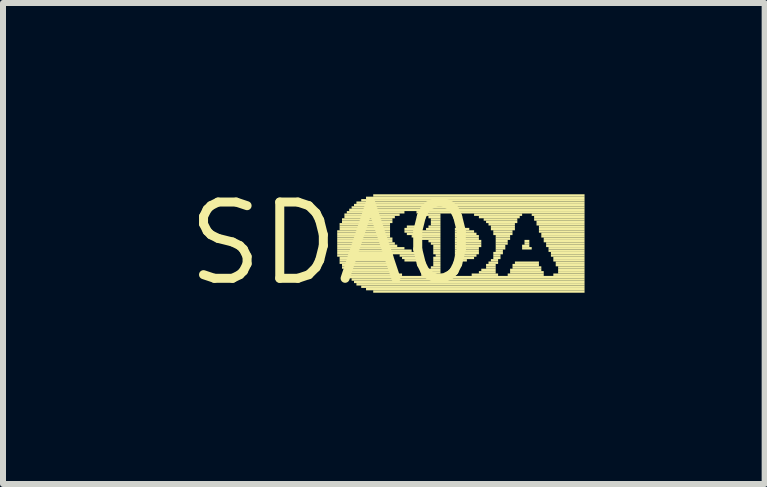
<source format=kicad_pcb>
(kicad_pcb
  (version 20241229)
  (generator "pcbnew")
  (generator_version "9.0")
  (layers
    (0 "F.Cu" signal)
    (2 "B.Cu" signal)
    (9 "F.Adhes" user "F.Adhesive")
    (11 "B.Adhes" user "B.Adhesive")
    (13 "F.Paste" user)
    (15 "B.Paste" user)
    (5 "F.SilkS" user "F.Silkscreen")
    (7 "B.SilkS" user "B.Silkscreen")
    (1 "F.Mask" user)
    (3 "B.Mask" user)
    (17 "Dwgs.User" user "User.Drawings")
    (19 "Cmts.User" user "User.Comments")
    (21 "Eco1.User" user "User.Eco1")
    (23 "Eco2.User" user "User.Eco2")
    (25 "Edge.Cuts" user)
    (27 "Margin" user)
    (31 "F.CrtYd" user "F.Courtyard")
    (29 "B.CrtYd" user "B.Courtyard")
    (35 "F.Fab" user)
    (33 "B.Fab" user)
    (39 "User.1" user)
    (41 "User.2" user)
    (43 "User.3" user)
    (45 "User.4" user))
  (footprint "SDA0"
    (layer "F.Cu")
    (at 2.487 1.006)
    (property "Reference" "SDA0" (at 0 0 0) (layer "F.SilkS") (effects (font (size 1.27 1.27) (thickness 0.15))))
    (attr through_hole)
    (fp_poly (pts (xy 0.08 -0.18) (xy 0.96 -0.18) (xy 0.96 -0.22) (xy 0.08 -0.22)) (stroke (width 0) (type solid)) (fill yes) (layer "F.SilkS"))
    (fp_poly (pts (xy 0.08 -0.14) (xy 0.96 -0.14) (xy 0.96 -0.18) (xy 0.08 -0.18)) (stroke (width 0) (type solid)) (fill yes) (layer "F.SilkS"))
    (fp_poly (pts (xy 0.08 -0.1) (xy 0.96 -0.1) (xy 0.96 -0.14) (xy 0.08 -0.14)) (stroke (width 0) (type solid)) (fill yes) (layer "F.SilkS"))
    (fp_poly (pts (xy 0.08 -0.06) (xy 1 -0.06) (xy 1 -0.1) (xy 0.08 -0.1)) (stroke (width 0) (type solid)) (fill yes) (layer "F.SilkS"))
    (fp_poly (pts (xy 0.08 -0.02) (xy 1 -0.02) (xy 1 -0.06) (xy 0.08 -0.06)) (stroke (width 0) (type solid)) (fill yes) (layer "F.SilkS"))
    (fp_poly (pts (xy 0.08 0.02) (xy 1.04 0.02) (xy 1.04 -0.02) (xy 0.08 -0.02)) (stroke (width 0) (type solid)) (fill yes) (layer "F.SilkS"))
    (fp_poly (pts (xy 0.08 0.06) (xy 1.08 0.06) (xy 1.08 0.02) (xy 0.08 0.02)) (stroke (width 0) (type solid)) (fill yes) (layer "F.SilkS"))
    (fp_poly (pts (xy 0.08 0.1) (xy 1.2 0.1) (xy 1.2 0.06) (xy 0.08 0.06)) (stroke (width 0) (type solid)) (fill yes) (layer "F.SilkS"))
    (fp_poly (pts (xy 0.08 0.14) (xy 1.32 0.14) (xy 1.32 0.1) (xy 0.08 0.1)) (stroke (width 0) (type solid)) (fill yes) (layer "F.SilkS"))
    (fp_poly (pts (xy 0.08 0.18) (xy 1.44 0.18) (xy 1.44 0.14) (xy 0.08 0.14)) (stroke (width 0) (type solid)) (fill yes) (layer "F.SilkS"))
    (fp_poly (pts (xy 0.08 0.22) (xy 1 0.22) (xy 1 0.18) (xy 0.08 0.18)) (stroke (width 0) (type solid)) (fill yes) (layer "F.SilkS"))
    (fp_poly (pts (xy 0.12 -0.3) (xy 0.96 -0.3) (xy 0.96 -0.34) (xy 0.12 -0.34)) (stroke (width 0) (type solid)) (fill yes) (layer "F.SilkS"))
    (fp_poly (pts (xy 0.12 -0.26) (xy 0.96 -0.26) (xy 0.96 -0.3) (xy 0.12 -0.3)) (stroke (width 0) (type solid)) (fill yes) (layer "F.SilkS"))
    (fp_poly (pts (xy 0.12 -0.22) (xy 0.96 -0.22) (xy 0.96 -0.26) (xy 0.12 -0.26)) (stroke (width 0) (type solid)) (fill yes) (layer "F.SilkS"))
    (fp_poly (pts (xy 0.12 0.26) (xy 0.96 0.26) (xy 0.96 0.22) (xy 0.12 0.22)) (stroke (width 0) (type solid)) (fill yes) (layer "F.SilkS"))
    (fp_poly (pts (xy 0.12 0.3) (xy 0.96 0.3) (xy 0.96 0.26) (xy 0.12 0.26)) (stroke (width 0) (type solid)) (fill yes) (layer "F.SilkS"))
    (fp_poly (pts (xy 0.12 0.34) (xy 0.96 0.34) (xy 0.96 0.3) (xy 0.12 0.3)) (stroke (width 0) (type solid)) (fill yes) (layer "F.SilkS"))
    (fp_poly (pts (xy 0.16 -0.38) (xy 1 -0.38) (xy 1 -0.42) (xy 0.16 -0.42)) (stroke (width 0) (type solid)) (fill yes) (layer "F.SilkS"))
    (fp_poly (pts (xy 0.16 -0.34) (xy 1 -0.34) (xy 1 -0.38) (xy 0.16 -0.38)) (stroke (width 0) (type solid)) (fill yes) (layer "F.SilkS"))
    (fp_poly (pts (xy 0.16 0.38) (xy 0.96 0.38) (xy 0.96 0.34) (xy 0.16 0.34)) (stroke (width 0) (type solid)) (fill yes) (layer "F.SilkS"))
    (fp_poly (pts (xy 0.16 0.42) (xy 1 0.42) (xy 1 0.38) (xy 0.16 0.38)) (stroke (width 0) (type solid)) (fill yes) (layer "F.SilkS"))
    (fp_poly (pts (xy 0.2 -0.46) (xy 1.12 -0.46) (xy 1.12 -0.5) (xy 0.2 -0.5)) (stroke (width 0) (type solid)) (fill yes) (layer "F.SilkS"))
    (fp_poly (pts (xy 0.2 -0.42) (xy 1.04 -0.42) (xy 1.04 -0.46) (xy 0.2 -0.46)) (stroke (width 0) (type solid)) (fill yes) (layer "F.SilkS"))
    (fp_poly (pts (xy 0.2 0.46) (xy 1 0.46) (xy 1 0.42) (xy 0.2 0.42)) (stroke (width 0) (type solid)) (fill yes) (layer "F.SilkS"))
    (fp_poly (pts (xy 0.2 0.5) (xy 1.08 0.5) (xy 1.08 0.46) (xy 0.2 0.46)) (stroke (width 0) (type solid)) (fill yes) (layer "F.SilkS"))
    (fp_poly (pts (xy 0.24 -0.5) (xy 1.2 -0.5) (xy 1.2 -0.54) (xy 0.24 -0.54)) (stroke (width 0) (type solid)) (fill yes) (layer "F.SilkS"))
    (fp_poly (pts (xy 0.24 0.54) (xy 1.16 0.54) (xy 1.16 0.5) (xy 0.24 0.5)) (stroke (width 0) (type solid)) (fill yes) (layer "F.SilkS"))
    (fp_poly (pts (xy 0.28 -0.54) (xy 4.2 -0.54) (xy 4.2 -0.58) (xy 0.28 -0.58)) (stroke (width 0) (type solid)) (fill yes) (layer "F.SilkS"))
    (fp_poly (pts (xy 0.28 0.58) (xy 4.2 0.58) (xy 4.2 0.54) (xy 0.28 0.54)) (stroke (width 0) (type solid)) (fill yes) (layer "F.SilkS"))
    (fp_poly (pts (xy 0.32 -0.58) (xy 4.2 -0.58) (xy 4.2 -0.62) (xy 0.32 -0.62)) (stroke (width 0) (type solid)) (fill yes) (layer "F.SilkS"))
    (fp_poly (pts (xy 0.32 0.62) (xy 4.2 0.62) (xy 4.2 0.58) (xy 0.32 0.58)) (stroke (width 0) (type solid)) (fill yes) (layer "F.SilkS"))
    (fp_poly (pts (xy 0.36 -0.62) (xy 4.2 -0.62) (xy 4.2 -0.66) (xy 0.36 -0.66)) (stroke (width 0) (type solid)) (fill yes) (layer "F.SilkS"))
    (fp_poly (pts (xy 0.36 0.66) (xy 4.2 0.66) (xy 4.2 0.62) (xy 0.36 0.62)) (stroke (width 0) (type solid)) (fill yes) (layer "F.SilkS"))
    (fp_poly (pts (xy 0.4 -0.66) (xy 4.2 -0.66) (xy 4.2 -0.7) (xy 0.4 -0.7)) (stroke (width 0) (type solid)) (fill yes) (layer "F.SilkS"))
    (fp_poly (pts (xy 0.4 0.7) (xy 4.2 0.7) (xy 4.2 0.66) (xy 0.4 0.66)) (stroke (width 0) (type solid)) (fill yes) (layer "F.SilkS"))
    (fp_poly (pts (xy 0.48 -0.7) (xy 4.2 -0.7) (xy 4.2 -0.74) (xy 0.48 -0.74)) (stroke (width 0) (type solid)) (fill yes) (layer "F.SilkS"))
    (fp_poly (pts (xy 0.48 0.74) (xy 4.2 0.74) (xy 4.2 0.7) (xy 0.48 0.7)) (stroke (width 0) (type solid)) (fill yes) (layer "F.SilkS"))
    (fp_poly (pts (xy 0.56 -0.74) (xy 4.2 -0.74) (xy 4.2 -0.78) (xy 0.56 -0.78)) (stroke (width 0) (type solid)) (fill yes) (layer "F.SilkS"))
    (fp_poly (pts (xy 0.56 0.78) (xy 4.2 0.78) (xy 4.2 0.74) (xy 0.56 0.74)) (stroke (width 0) (type solid)) (fill yes) (layer "F.SilkS"))
    (fp_poly (pts (xy 0.68 -0.78) (xy 4.2 -0.78) (xy 4.2 -0.82) (xy 0.68 -0.82)) (stroke (width 0) (type solid)) (fill yes) (layer "F.SilkS"))
    (fp_poly (pts (xy 0.68 0.82) (xy 4.2 0.82) (xy 4.2 0.78) (xy 0.68 0.78)) (stroke (width 0) (type solid)) (fill yes) (layer "F.SilkS"))
    (fp_poly (pts (xy 1.12 0.22) (xy 1.44 0.22) (xy 1.44 0.18) (xy 1.12 0.18)) (stroke (width 0) (type solid)) (fill yes) (layer "F.SilkS"))
    (fp_poly (pts (xy 1.16 0.26) (xy 1.44 0.26) (xy 1.44 0.22) (xy 1.16 0.22)) (stroke (width 0) (type solid)) (fill yes) (layer "F.SilkS"))
    (fp_poly (pts (xy 1.2 -0.22) (xy 1.44 -0.22) (xy 1.44 -0.26) (xy 1.2 -0.26)) (stroke (width 0) (type solid)) (fill yes) (layer "F.SilkS"))
    (fp_poly (pts (xy 1.2 -0.18) (xy 1.8 -0.18) (xy 1.8 -0.22) (xy 1.2 -0.22)) (stroke (width 0) (type solid)) (fill yes) (layer "F.SilkS"))
    (fp_poly (pts (xy 1.2 0.3) (xy 1.44 0.3) (xy 1.44 0.26) (xy 1.2 0.26)) (stroke (width 0) (type solid)) (fill yes) (layer "F.SilkS"))
    (fp_poly (pts (xy 1.24 -0.26) (xy 1.4 -0.26) (xy 1.4 -0.3) (xy 1.24 -0.3)) (stroke (width 0) (type solid)) (fill yes) (layer "F.SilkS"))
    (fp_poly (pts (xy 1.24 -0.14) (xy 1.8 -0.14) (xy 1.8 -0.18) (xy 1.24 -0.18)) (stroke (width 0) (type solid)) (fill yes) (layer "F.SilkS"))
    (fp_poly (pts (xy 1.32 -0.1) (xy 1.8 -0.1) (xy 1.8 -0.14) (xy 1.32 -0.14)) (stroke (width 0) (type solid)) (fill yes) (layer "F.SilkS"))
    (fp_poly (pts (xy 1.4 -0.5) (xy 4.2 -0.5) (xy 4.2 -0.54) (xy 1.4 -0.54)) (stroke (width 0) (type solid)) (fill yes) (layer "F.SilkS"))
    (fp_poly (pts (xy 1.48 -0.06) (xy 1.8 -0.06) (xy 1.8 -0.1) (xy 1.48 -0.1)) (stroke (width 0) (type solid)) (fill yes) (layer "F.SilkS"))
    (fp_poly (pts (xy 1.48 0.54) (xy 1.84 0.54) (xy 1.84 0.5) (xy 1.48 0.5)) (stroke (width 0) (type solid)) (fill yes) (layer "F.SilkS"))
    (fp_poly (pts (xy 1.52 -0.46) (xy 1.8 -0.46) (xy 1.8 -0.5) (xy 1.52 -0.5)) (stroke (width 0) (type solid)) (fill yes) (layer "F.SilkS"))
    (fp_poly (pts (xy 1.56 -0.22) (xy 1.8 -0.22) (xy 1.8 -0.26) (xy 1.56 -0.26)) (stroke (width 0) (type solid)) (fill yes) (layer "F.SilkS"))
    (fp_poly (pts (xy 1.56 0.5) (xy 1.8 0.5) (xy 1.8 0.46) (xy 1.56 0.46)) (stroke (width 0) (type solid)) (fill yes) (layer "F.SilkS"))
    (fp_poly (pts (xy 1.6 -0.42) (xy 1.8 -0.42) (xy 1.8 -0.46) (xy 1.6 -0.46)) (stroke (width 0) (type solid)) (fill yes) (layer "F.SilkS"))
    (fp_poly (pts (xy 1.6 -0.26) (xy 1.8 -0.26) (xy 1.8 -0.3) (xy 1.6 -0.3)) (stroke (width 0) (type solid)) (fill yes) (layer "F.SilkS"))
    (fp_poly (pts (xy 1.6 -0.02) (xy 1.8 -0.02) (xy 1.8 -0.06) (xy 1.6 -0.06)) (stroke (width 0) (type solid)) (fill yes) (layer "F.SilkS"))
    (fp_poly (pts (xy 1.6 0.46) (xy 1.8 0.46) (xy 1.8 0.42) (xy 1.6 0.42)) (stroke (width 0) (type solid)) (fill yes) (layer "F.SilkS"))
    (fp_poly (pts (xy 1.64 -0.38) (xy 1.8 -0.38) (xy 1.8 -0.42) (xy 1.64 -0.42)) (stroke (width 0) (type solid)) (fill yes) (layer "F.SilkS"))
    (fp_poly (pts (xy 1.64 -0.34) (xy 1.8 -0.34) (xy 1.8 -0.38) (xy 1.64 -0.38)) (stroke (width 0) (type solid)) (fill yes) (layer "F.SilkS"))
    (fp_poly (pts (xy 1.64 -0.3) (xy 1.8 -0.3) (xy 1.8 -0.34) (xy 1.64 -0.34)) (stroke (width 0) (type solid)) (fill yes) (layer "F.SilkS"))
    (fp_poly (pts (xy 1.64 0.02) (xy 1.8 0.02) (xy 1.8 -0.02) (xy 1.64 -0.02)) (stroke (width 0) (type solid)) (fill yes) (layer "F.SilkS"))
    (fp_poly (pts (xy 1.64 0.42) (xy 1.8 0.42) (xy 1.8 0.38) (xy 1.64 0.38)) (stroke (width 0) (type solid)) (fill yes) (layer "F.SilkS"))
    (fp_poly (pts (xy 1.68 0.06) (xy 1.8 0.06) (xy 1.8 0.02) (xy 1.68 0.02)) (stroke (width 0) (type solid)) (fill yes) (layer "F.SilkS"))
    (fp_poly (pts (xy 1.68 0.1) (xy 1.8 0.1) (xy 1.8 0.06) (xy 1.68 0.06)) (stroke (width 0) (type solid)) (fill yes) (layer "F.SilkS"))
    (fp_poly (pts (xy 1.68 0.14) (xy 1.8 0.14) (xy 1.8 0.1) (xy 1.68 0.1)) (stroke (width 0) (type solid)) (fill yes) (layer "F.SilkS"))
    (fp_poly (pts (xy 1.68 0.18) (xy 1.8 0.18) (xy 1.8 0.14) (xy 1.68 0.14)) (stroke (width 0) (type solid)) (fill yes) (layer "F.SilkS"))
    (fp_poly (pts (xy 1.68 0.26) (xy 1.8 0.26) (xy 1.8 0.22) (xy 1.68 0.22)) (stroke (width 0) (type solid)) (fill yes) (layer "F.SilkS"))
    (fp_poly (pts (xy 1.68 0.3) (xy 1.8 0.3) (xy 1.8 0.26) (xy 1.68 0.26)) (stroke (width 0) (type solid)) (fill yes) (layer "F.SilkS"))
    (fp_poly (pts (xy 1.68 0.34) (xy 1.8 0.34) (xy 1.8 0.3) (xy 1.68 0.3)) (stroke (width 0) (type solid)) (fill yes) (layer "F.SilkS"))
    (fp_poly (pts (xy 1.68 0.38) (xy 1.8 0.38) (xy 1.8 0.34) (xy 1.68 0.34)) (stroke (width 0) (type solid)) (fill yes) (layer "F.SilkS"))
    (fp_poly (pts (xy 1.72 0.22) (xy 1.8 0.22) (xy 1.8 0.18) (xy 1.72 0.18)) (stroke (width 0) (type solid)) (fill yes) (layer "F.SilkS"))
    (fp_poly (pts (xy 2.04 -0.22) (xy 2.28 -0.22) (xy 2.28 -0.26) (xy 2.04 -0.26)) (stroke (width 0) (type solid)) (fill yes) (layer "F.SilkS"))
    (fp_poly (pts (xy 2.04 -0.18) (xy 2.36 -0.18) (xy 2.36 -0.22) (xy 2.04 -0.22)) (stroke (width 0) (type solid)) (fill yes) (layer "F.SilkS"))
    (fp_poly (pts (xy 2.04 -0.14) (xy 2.4 -0.14) (xy 2.4 -0.18) (xy 2.04 -0.18)) (stroke (width 0) (type solid)) (fill yes) (layer "F.SilkS"))
    (fp_poly (pts (xy 2.04 -0.1) (xy 2.44 -0.1) (xy 2.44 -0.14) (xy 2.04 -0.14)) (stroke (width 0) (type solid)) (fill yes) (layer "F.SilkS"))
    (fp_poly (pts (xy 2.04 -0.06) (xy 2.44 -0.06) (xy 2.44 -0.1) (xy 2.04 -0.1)) (stroke (width 0) (type solid)) (fill yes) (layer "F.SilkS"))
    (fp_poly (pts (xy 2.04 -0.02) (xy 2.48 -0.02) (xy 2.48 -0.06) (xy 2.04 -0.06)) (stroke (width 0) (type solid)) (fill yes) (layer "F.SilkS"))
    (fp_poly (pts (xy 2.04 0.02) (xy 2.48 0.02) (xy 2.48 -0.02) (xy 2.04 -0.02)) (stroke (width 0) (type solid)) (fill yes) (layer "F.SilkS"))
    (fp_poly (pts (xy 2.04 0.06) (xy 2.48 0.06) (xy 2.48 0.02) (xy 2.04 0.02)) (stroke (width 0) (type solid)) (fill yes) (layer "F.SilkS"))
    (fp_poly (pts (xy 2.04 0.1) (xy 2.44 0.1) (xy 2.44 0.06) (xy 2.04 0.06)) (stroke (width 0) (type solid)) (fill yes) (layer "F.SilkS"))
    (fp_poly (pts (xy 2.04 0.14) (xy 2.44 0.14) (xy 2.44 0.1) (xy 2.04 0.1)) (stroke (width 0) (type solid)) (fill yes) (layer "F.SilkS"))
    (fp_poly (pts (xy 2.04 0.18) (xy 2.44 0.18) (xy 2.44 0.14) (xy 2.04 0.14)) (stroke (width 0) (type solid)) (fill yes) (layer "F.SilkS"))
    (fp_poly (pts (xy 2.04 0.22) (xy 2.4 0.22) (xy 2.4 0.18) (xy 2.04 0.18)) (stroke (width 0) (type solid)) (fill yes) (layer "F.SilkS"))
    (fp_poly (pts (xy 2.04 0.26) (xy 2.36 0.26) (xy 2.36 0.22) (xy 2.04 0.22)) (stroke (width 0) (type solid)) (fill yes) (layer "F.SilkS"))
    (fp_poly (pts (xy 2.08 0.3) (xy 2.24 0.3) (xy 2.24 0.26) (xy 2.08 0.26)) (stroke (width 0) (type solid)) (fill yes) (layer "F.SilkS"))
    (fp_poly (pts (xy 2.32 0.54) (xy 2.76 0.54) (xy 2.76 0.5) (xy 2.32 0.5)) (stroke (width 0) (type solid)) (fill yes) (layer "F.SilkS"))
    (fp_poly (pts (xy 2.36 -0.46) (xy 3.16 -0.46) (xy 3.16 -0.5) (xy 2.36 -0.5)) (stroke (width 0) (type solid)) (fill yes) (layer "F.SilkS"))
    (fp_poly (pts (xy 2.44 -0.42) (xy 3.12 -0.42) (xy 3.12 -0.46) (xy 2.44 -0.46)) (stroke (width 0) (type solid)) (fill yes) (layer "F.SilkS"))
    (fp_poly (pts (xy 2.44 0.5) (xy 2.72 0.5) (xy 2.72 0.46) (xy 2.44 0.46)) (stroke (width 0) (type solid)) (fill yes) (layer "F.SilkS"))
    (fp_poly (pts (xy 2.48 0.46) (xy 2.72 0.46) (xy 2.72 0.42) (xy 2.48 0.42)) (stroke (width 0) (type solid)) (fill yes) (layer "F.SilkS"))
    (fp_poly (pts (xy 2.52 -0.38) (xy 3.08 -0.38) (xy 3.08 -0.42) (xy 2.52 -0.42)) (stroke (width 0) (type solid)) (fill yes) (layer "F.SilkS"))
    (fp_poly (pts (xy 2.56 -0.34) (xy 3.08 -0.34) (xy 3.08 -0.38) (xy 2.56 -0.38)) (stroke (width 0) (type solid)) (fill yes) (layer "F.SilkS"))
    (fp_poly (pts (xy 2.56 0.38) (xy 2.72 0.38) (xy 2.72 0.34) (xy 2.56 0.34)) (stroke (width 0) (type solid)) (fill yes) (layer "F.SilkS"))
    (fp_poly (pts (xy 2.56 0.42) (xy 2.72 0.42) (xy 2.72 0.38) (xy 2.56 0.38)) (stroke (width 0) (type solid)) (fill yes) (layer "F.SilkS"))
    (fp_poly (pts (xy 2.6 -0.3) (xy 3.04 -0.3) (xy 3.04 -0.34) (xy 2.6 -0.34)) (stroke (width 0) (type solid)) (fill yes) (layer "F.SilkS"))
    (fp_poly (pts (xy 2.6 0.34) (xy 2.76 0.34) (xy 2.76 0.3) (xy 2.6 0.3)) (stroke (width 0) (type solid)) (fill yes) (layer "F.SilkS"))
    (fp_poly (pts (xy 2.64 -0.26) (xy 3.04 -0.26) (xy 3.04 -0.3) (xy 2.64 -0.3)) (stroke (width 0) (type solid)) (fill yes) (layer "F.SilkS"))
    (fp_poly (pts (xy 2.64 -0.22) (xy 3.04 -0.22) (xy 3.04 -0.26) (xy 2.64 -0.26)) (stroke (width 0) (type solid)) (fill yes) (layer "F.SilkS"))
    (fp_poly (pts (xy 2.64 0.3) (xy 2.76 0.3) (xy 2.76 0.26) (xy 2.64 0.26)) (stroke (width 0) (type solid)) (fill yes) (layer "F.SilkS"))
    (fp_poly (pts (xy 2.68 -0.18) (xy 3 -0.18) (xy 3 -0.22) (xy 2.68 -0.22)) (stroke (width 0) (type solid)) (fill yes) (layer "F.SilkS"))
    (fp_poly (pts (xy 2.68 -0.14) (xy 3 -0.14) (xy 3 -0.18) (xy 2.68 -0.18)) (stroke (width 0) (type solid)) (fill yes) (layer "F.SilkS"))
    (fp_poly (pts (xy 2.68 0.18) (xy 2.84 0.18) (xy 2.84 0.14) (xy 2.68 0.14)) (stroke (width 0) (type solid)) (fill yes) (layer "F.SilkS"))
    (fp_poly (pts (xy 2.68 0.22) (xy 2.8 0.22) (xy 2.8 0.18) (xy 2.68 0.18)) (stroke (width 0) (type solid)) (fill yes) (layer "F.SilkS"))
    (fp_poly (pts (xy 2.68 0.26) (xy 2.8 0.26) (xy 2.8 0.22) (xy 2.68 0.22)) (stroke (width 0) (type solid)) (fill yes) (layer "F.SilkS"))
    (fp_poly (pts (xy 2.72 -0.1) (xy 2.96 -0.1) (xy 2.96 -0.14) (xy 2.72 -0.14)) (stroke (width 0) (type solid)) (fill yes) (layer "F.SilkS"))
    (fp_poly (pts (xy 2.72 -0.06) (xy 2.96 -0.06) (xy 2.96 -0.1) (xy 2.72 -0.1)) (stroke (width 0) (type solid)) (fill yes) (layer "F.SilkS"))
    (fp_poly (pts (xy 2.72 -0.02) (xy 2.92 -0.02) (xy 2.92 -0.06) (xy 2.72 -0.06)) (stroke (width 0) (type solid)) (fill yes) (layer "F.SilkS"))
    (fp_poly (pts (xy 2.72 0.02) (xy 2.92 0.02) (xy 2.92 -0.02) (xy 2.72 -0.02)) (stroke (width 0) (type solid)) (fill yes) (layer "F.SilkS"))
    (fp_poly (pts (xy 2.72 0.06) (xy 2.88 0.06) (xy 2.88 0.02) (xy 2.72 0.02)) (stroke (width 0) (type solid)) (fill yes) (layer "F.SilkS"))
    (fp_poly (pts (xy 2.72 0.1) (xy 2.88 0.1) (xy 2.88 0.06) (xy 2.72 0.06)) (stroke (width 0) (type solid)) (fill yes) (layer "F.SilkS"))
    (fp_poly (pts (xy 2.72 0.14) (xy 2.84 0.14) (xy 2.84 0.1) (xy 2.72 0.1)) (stroke (width 0) (type solid)) (fill yes) (layer "F.SilkS"))
    (fp_poly (pts (xy 2.92 0.54) (xy 3.52 0.54) (xy 3.52 0.5) (xy 2.92 0.5)) (stroke (width 0) (type solid)) (fill yes) (layer "F.SilkS"))
    (fp_poly (pts (xy 2.96 0.46) (xy 3.48 0.46) (xy 3.48 0.42) (xy 2.96 0.42)) (stroke (width 0) (type solid)) (fill yes) (layer "F.SilkS"))
    (fp_poly (pts (xy 2.96 0.5) (xy 3.52 0.5) (xy 3.52 0.46) (xy 2.96 0.46)) (stroke (width 0) (type solid)) (fill yes) (layer "F.SilkS"))
    (fp_poly (pts (xy 3 0.38) (xy 3.44 0.38) (xy 3.44 0.34) (xy 3 0.34)) (stroke (width 0) (type solid)) (fill yes) (layer "F.SilkS"))
    (fp_poly (pts (xy 3 0.42) (xy 3.48 0.42) (xy 3.48 0.38) (xy 3 0.38)) (stroke (width 0) (type solid)) (fill yes) (layer "F.SilkS"))
    (fp_poly (pts (xy 3.04 0.34) (xy 3.44 0.34) (xy 3.44 0.3) (xy 3.04 0.3)) (stroke (width 0) (type solid)) (fill yes) (layer "F.SilkS"))
    (fp_poly (pts (xy 3.16 0.06) (xy 3.28 0.06) (xy 3.28 0.02) (xy 3.16 0.02)) (stroke (width 0) (type solid)) (fill yes) (layer "F.SilkS"))
    (fp_poly (pts (xy 3.16 0.1) (xy 3.32 0.1) (xy 3.32 0.06) (xy 3.16 0.06)) (stroke (width 0) (type solid)) (fill yes) (layer "F.SilkS"))
    (fp_poly (pts (xy 3.2 -0.02) (xy 3.28 -0.02) (xy 3.28 -0.06) (xy 3.2 -0.06)) (stroke (width 0) (type solid)) (fill yes) (layer "F.SilkS"))
    (fp_poly (pts (xy 3.2 0.02) (xy 3.28 0.02) (xy 3.28 -0.02) (xy 3.2 -0.02)) (stroke (width 0) (type solid)) (fill yes) (layer "F.SilkS"))
    (fp_poly (pts (xy 3.32 -0.46) (xy 4.2 -0.46) (xy 4.2 -0.5) (xy 3.32 -0.5)) (stroke (width 0) (type solid)) (fill yes) (layer "F.SilkS"))
    (fp_poly (pts (xy 3.36 -0.42) (xy 4.2 -0.42) (xy 4.2 -0.46) (xy 3.36 -0.46)) (stroke (width 0) (type solid)) (fill yes) (layer "F.SilkS"))
    (fp_poly (pts (xy 3.36 -0.38) (xy 4.2 -0.38) (xy 4.2 -0.42) (xy 3.36 -0.42)) (stroke (width 0) (type solid)) (fill yes) (layer "F.SilkS"))
    (fp_poly (pts (xy 3.4 -0.34) (xy 4.2 -0.34) (xy 4.2 -0.38) (xy 3.4 -0.38)) (stroke (width 0) (type solid)) (fill yes) (layer "F.SilkS"))
    (fp_poly (pts (xy 3.4 -0.3) (xy 4.2 -0.3) (xy 4.2 -0.34) (xy 3.4 -0.34)) (stroke (width 0) (type solid)) (fill yes) (layer "F.SilkS"))
    (fp_poly (pts (xy 3.44 -0.26) (xy 4.2 -0.26) (xy 4.2 -0.3) (xy 3.44 -0.3)) (stroke (width 0) (type solid)) (fill yes) (layer "F.SilkS"))
    (fp_poly (pts (xy 3.44 -0.22) (xy 4.2 -0.22) (xy 4.2 -0.26) (xy 3.44 -0.26)) (stroke (width 0) (type solid)) (fill yes) (layer "F.SilkS"))
    (fp_poly (pts (xy 3.44 -0.18) (xy 4.2 -0.18) (xy 4.2 -0.22) (xy 3.44 -0.22)) (stroke (width 0) (type solid)) (fill yes) (layer "F.SilkS"))
    (fp_poly (pts (xy 3.48 -0.14) (xy 4.2 -0.14) (xy 4.2 -0.18) (xy 3.48 -0.18)) (stroke (width 0) (type solid)) (fill yes) (layer "F.SilkS"))
    (fp_poly (pts (xy 3.48 -0.1) (xy 4.2 -0.1) (xy 4.2 -0.14) (xy 3.48 -0.14)) (stroke (width 0) (type solid)) (fill yes) (layer "F.SilkS"))
    (fp_poly (pts (xy 3.52 -0.06) (xy 4.2 -0.06) (xy 4.2 -0.1) (xy 3.52 -0.1)) (stroke (width 0) (type solid)) (fill yes) (layer "F.SilkS"))
    (fp_poly (pts (xy 3.52 -0.02) (xy 4.2 -0.02) (xy 4.2 -0.06) (xy 3.52 -0.06)) (stroke (width 0) (type solid)) (fill yes) (layer "F.SilkS"))
    (fp_poly (pts (xy 3.56 0.02) (xy 4.2 0.02) (xy 4.2 -0.02) (xy 3.56 -0.02)) (stroke (width 0) (type solid)) (fill yes) (layer "F.SilkS"))
    (fp_poly (pts (xy 3.56 0.06) (xy 4.2 0.06) (xy 4.2 0.02) (xy 3.56 0.02)) (stroke (width 0) (type solid)) (fill yes) (layer "F.SilkS"))
    (fp_poly (pts (xy 3.6 0.1) (xy 4.2 0.1) (xy 4.2 0.06) (xy 3.6 0.06)) (stroke (width 0) (type solid)) (fill yes) (layer "F.SilkS"))
    (fp_poly (pts (xy 3.6 0.14) (xy 4.2 0.14) (xy 4.2 0.1) (xy 3.6 0.1)) (stroke (width 0) (type solid)) (fill yes) (layer "F.SilkS"))
    (fp_poly (pts (xy 3.64 0.18) (xy 4.2 0.18) (xy 4.2 0.14) (xy 3.64 0.14)) (stroke (width 0) (type solid)) (fill yes) (layer "F.SilkS"))
    (fp_poly (pts (xy 3.64 0.22) (xy 4.2 0.22) (xy 4.2 0.18) (xy 3.64 0.18)) (stroke (width 0) (type solid)) (fill yes) (layer "F.SilkS"))
    (fp_poly (pts (xy 3.68 0.26) (xy 4.2 0.26) (xy 4.2 0.22) (xy 3.68 0.22)) (stroke (width 0) (type solid)) (fill yes) (layer "F.SilkS"))
    (fp_poly (pts (xy 3.68 0.3) (xy 4.2 0.3) (xy 4.2 0.26) (xy 3.68 0.26)) (stroke (width 0) (type solid)) (fill yes) (layer "F.SilkS"))
    (fp_poly (pts (xy 3.68 0.54) (xy 4.2 0.54) (xy 4.2 0.5) (xy 3.68 0.5)) (stroke (width 0) (type solid)) (fill yes) (layer "F.SilkS"))
    (fp_poly (pts (xy 3.72 0.34) (xy 4.2 0.34) (xy 4.2 0.3) (xy 3.72 0.3)) (stroke (width 0) (type solid)) (fill yes) (layer "F.SilkS"))
    (fp_poly (pts (xy 3.72 0.38) (xy 4.2 0.38) (xy 4.2 0.34) (xy 3.72 0.34)) (stroke (width 0) (type solid)) (fill yes) (layer "F.SilkS"))
    (fp_poly (pts (xy 3.76 0.42) (xy 4.2 0.42) (xy 4.2 0.38) (xy 3.76 0.38)) (stroke (width 0) (type solid)) (fill yes) (layer "F.SilkS"))
    (fp_poly (pts (xy 3.76 0.46) (xy 4.2 0.46) (xy 4.2 0.42) (xy 3.76 0.42)) (stroke (width 0) (type solid)) (fill yes) (layer "F.SilkS"))
    (fp_poly (pts (xy 3.76 0.5) (xy 4.2 0.5) (xy 4.2 0.46) (xy 3.76 0.46)) (stroke (width 0) (type solid)) (fill yes) (layer "F.SilkS")))
  (gr_rect
    (start -3 -3)
    (end 9.687 5.012)
    (stroke (width 0.1) (type default))
    (fill no)
    (layer "Edge.Cuts")))
</source>
